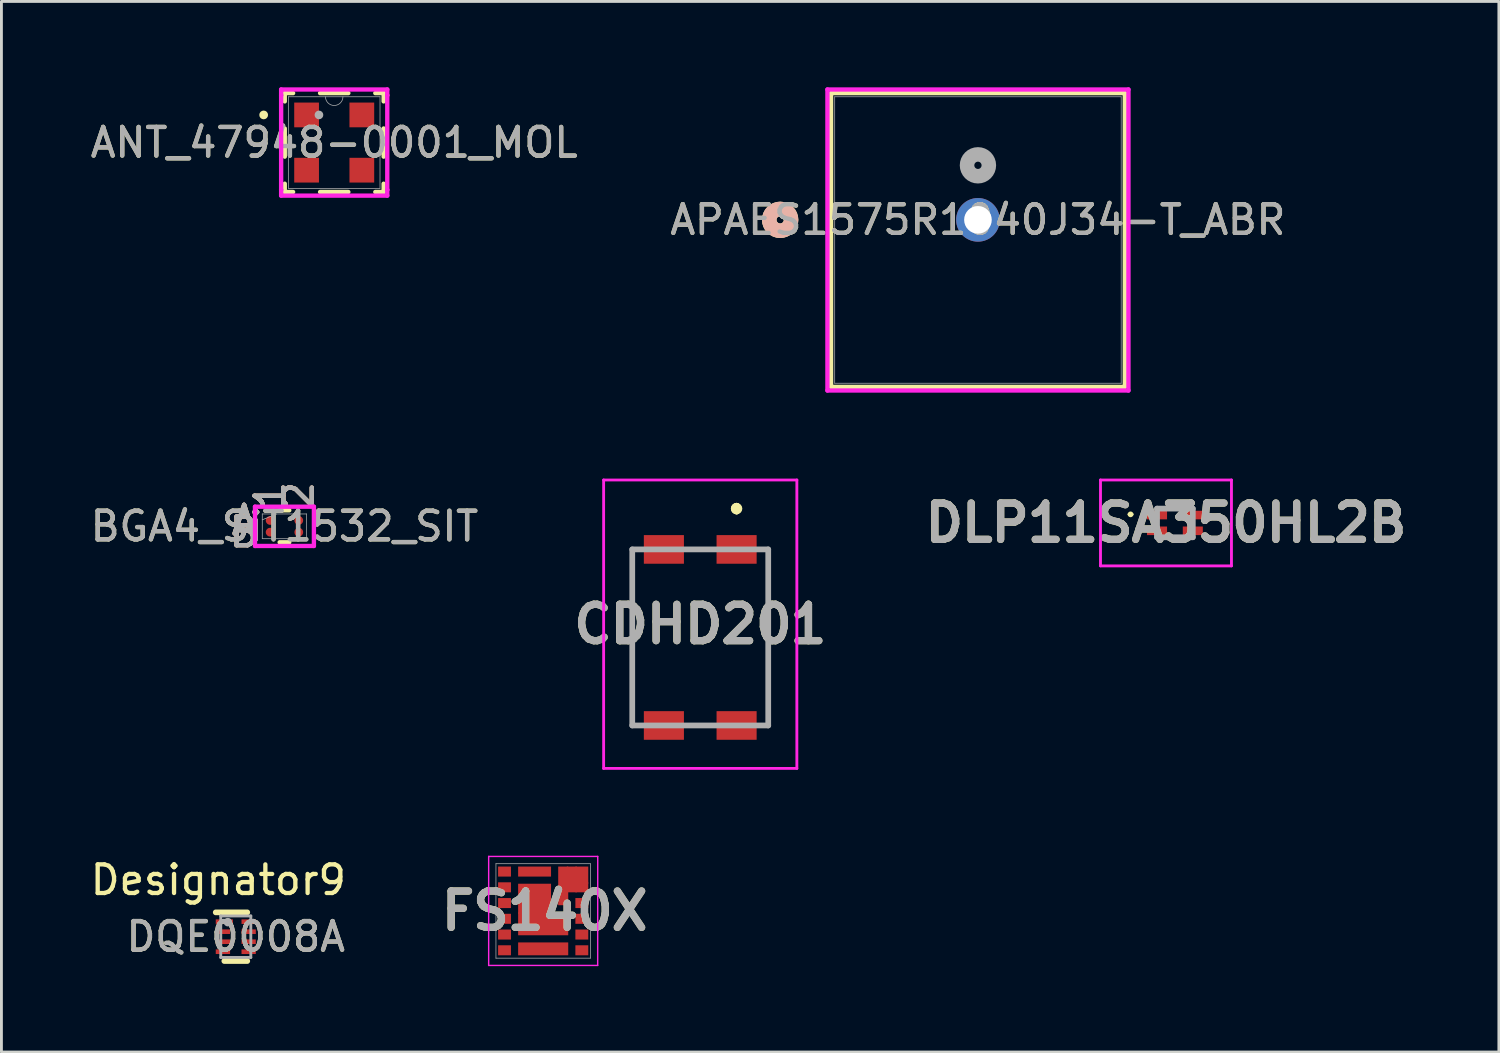
<source format=kicad_pcb>
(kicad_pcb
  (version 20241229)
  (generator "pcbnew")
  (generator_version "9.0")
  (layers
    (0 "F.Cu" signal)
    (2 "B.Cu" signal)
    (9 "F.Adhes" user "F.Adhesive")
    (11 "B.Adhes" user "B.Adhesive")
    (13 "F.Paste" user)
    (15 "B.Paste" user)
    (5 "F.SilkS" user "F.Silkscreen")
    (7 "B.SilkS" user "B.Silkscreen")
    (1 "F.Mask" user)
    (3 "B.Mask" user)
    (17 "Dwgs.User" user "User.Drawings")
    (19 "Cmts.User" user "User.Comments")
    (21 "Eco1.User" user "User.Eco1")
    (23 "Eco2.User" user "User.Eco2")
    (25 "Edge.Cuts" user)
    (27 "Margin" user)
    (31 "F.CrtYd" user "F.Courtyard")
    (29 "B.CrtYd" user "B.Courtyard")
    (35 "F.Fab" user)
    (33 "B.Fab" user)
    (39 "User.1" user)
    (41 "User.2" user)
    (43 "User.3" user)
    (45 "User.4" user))
  (footprint "APAES1575R1040J34-T_ABR"
    (layer "F.Cu")
    (at 31.113 4.63)
    (property "Reference" "APAES1575R1040J34-T_ABR" (at 0 0 0) (unlocked yes) (layer "F.SilkS") (effects (font (size 1 1) (thickness 0.15))))
    (attr through_hole)
    (fp_line (start -5.131 -4.427) (end -5.131 5.835) (stroke (width 0.152) (type solid)) (layer "F.SilkS"))
    (fp_line (start -5.131 5.835) (end 5.131 5.835) (stroke (width 0.152) (type solid)) (layer "F.SilkS"))
    (fp_line (start 5.131 -4.427) (end -5.131 -4.427) (stroke (width 0.152) (type solid)) (layer "F.SilkS"))
    (fp_line (start 5.131 5.835) (end 5.131 -4.427) (stroke (width 0.152) (type solid)) (layer "F.SilkS"))
    (fp_circle (center -6.909 0) (end -6.528 0) (stroke (width 0.508) (type solid)) (fill no) (layer "F.SilkS"))
    (fp_circle (center -6.909 0) (end -6.528 0) (stroke (width 0.508) (type solid)) (fill no) (layer "B.SilkS"))
    (fp_line (start -5.258 -4.554) (end -5.258 5.962) (stroke (width 0.152) (type solid)) (layer "F.CrtYd"))
    (fp_line (start -5.258 5.962) (end 5.258 5.962) (stroke (width 0.152) (type solid)) (layer "F.CrtYd"))
    (fp_line (start 5.258 -4.554) (end -5.258 -4.554) (stroke (width 0.152) (type solid)) (layer "F.CrtYd"))
    (fp_line (start 5.258 5.962) (end 5.258 -4.554) (stroke (width 0.152) (type solid)) (layer "F.CrtYd"))
    (fp_line (start -5.004 -4.3) (end -5.004 5.708) (stroke (width 0.025) (type solid)) (layer "F.Fab"))
    (fp_line (start -5.004 5.708) (end 5.004 5.708) (stroke (width 0.025) (type solid)) (layer "F.Fab"))
    (fp_line (start 5.004 -4.3) (end -5.004 -4.3) (stroke (width 0.025) (type solid)) (layer "F.Fab"))
    (fp_line (start 5.004 5.708) (end 5.004 -4.3) (stroke (width 0.025) (type solid)) (layer "F.Fab"))
    (fp_circle (center 0 -1.905) (end 0.381 -1.905) (stroke (width 0.508) (type solid)) (fill no) (layer "F.Fab"))
    (fp_text user "${REFERENCE}" (at 0 0 0) (unlocked yes) (layer "F.Fab") (effects (font (size 1 1) (thickness 0.15))))
    (pad "1" thru_hole circle (at 0 0) (size 1.524 1.524) (drill 0.965) (layers "*.Cu" "*.Mask")))
  (footprint "ANT_47948-0001_MOL"
    (layer "F.Cu")
    (at 8.625 1.93)
    (property "Reference" "ANT_47948-0001_MOL" (at 0 0 0) (unlocked yes) (layer "F.SilkS") (effects (font (size 1 1) (thickness 0.15))))
    (attr smd)
    (fp_line (start -1.727 -1.727) (end -1.727 -1.438) (stroke (width 0.152) (type solid)) (layer "F.SilkS"))
    (fp_line (start -1.727 -0.492) (end -1.727 0.492) (stroke (width 0.152) (type solid)) (layer "F.SilkS"))
    (fp_line (start -1.727 1.438) (end -1.727 1.727) (stroke (width 0.152) (type solid)) (layer "F.SilkS"))
    (fp_line (start -1.727 1.727) (end -1.436 1.727) (stroke (width 0.152) (type solid)) (layer "F.SilkS"))
    (fp_line (start -1.436 -1.727) (end -1.727 -1.727) (stroke (width 0.152) (type solid)) (layer "F.SilkS"))
    (fp_line (start -0.494 1.727) (end 0.494 1.727) (stroke (width 0.152) (type solid)) (layer "F.SilkS"))
    (fp_line (start 0.494 -1.727) (end -0.494 -1.727) (stroke (width 0.152) (type solid)) (layer "F.SilkS"))
    (fp_line (start 1.436 1.727) (end 1.727 1.727) (stroke (width 0.152) (type solid)) (layer "F.SilkS"))
    (fp_line (start 1.727 -1.727) (end 1.436 -1.727) (stroke (width 0.152) (type solid)) (layer "F.SilkS"))
    (fp_line (start 1.727 -1.438) (end 1.727 -1.727) (stroke (width 0.152) (type solid)) (layer "F.SilkS"))
    (fp_line (start 1.727 0.492) (end 1.727 -0.492) (stroke (width 0.152) (type solid)) (layer "F.SilkS"))
    (fp_line (start 1.727 1.727) (end 1.727 1.438) (stroke (width 0.152) (type solid)) (layer "F.SilkS"))
    (fp_circle (center -2.464 -0.965) (end -2.387 -0.965) (stroke (width 0.152) (type solid)) (fill no) (layer "F.SilkS"))
    (fp_line (start -1.854 -1.854) (end 1.854 -1.854) (stroke (width 0.152) (type solid)) (layer "F.CrtYd"))
    (fp_line (start -1.854 -1.651) (end -1.854 -1.854) (stroke (width 0.152) (type solid)) (layer "F.CrtYd"))
    (fp_line (start -1.854 -1.651) (end -1.854 -1.651) (stroke (width 0.152) (type solid)) (layer "F.CrtYd"))
    (fp_line (start -1.854 1.651) (end -1.854 -1.651) (stroke (width 0.152) (type solid)) (layer "F.CrtYd"))
    (fp_line (start -1.854 1.651) (end -1.854 1.651) (stroke (width 0.152) (type solid)) (layer "F.CrtYd"))
    (fp_line (start -1.854 1.854) (end -1.854 1.651) (stroke (width 0.152) (type solid)) (layer "F.CrtYd"))
    (fp_line (start 1.854 -1.854) (end 1.854 -1.651) (stroke (width 0.152) (type solid)) (layer "F.CrtYd"))
    (fp_line (start 1.854 -1.651) (end 1.854 -1.651) (stroke (width 0.152) (type solid)) (layer "F.CrtYd"))
    (fp_line (start 1.854 -1.651) (end 1.854 1.651) (stroke (width 0.152) (type solid)) (layer "F.CrtYd"))
    (fp_line (start 1.854 1.651) (end 1.854 1.651) (stroke (width 0.152) (type solid)) (layer "F.CrtYd"))
    (fp_line (start 1.854 1.651) (end 1.854 1.854) (stroke (width 0.152) (type solid)) (layer "F.CrtYd"))
    (fp_line (start 1.854 1.854) (end -1.854 1.854) (stroke (width 0.152) (type solid)) (layer "F.CrtYd"))
    (fp_line (start -1.6 -1.6) (end -1.6 1.6) (stroke (width 0.025) (type solid)) (layer "F.Fab"))
    (fp_line (start -1.6 1.6) (end 1.6 1.6) (stroke (width 0.025) (type solid)) (layer "F.Fab"))
    (fp_line (start 1.6 -1.6) (end -1.6 -1.6) (stroke (width 0.025) (type solid)) (layer "F.Fab"))
    (fp_line (start 1.6 1.6) (end 1.6 -1.6) (stroke (width 0.025) (type solid)) (layer "F.Fab"))
    (fp_arc (start 0.3048 -1.6002) (mid 0 -1.2954) (end -0.3048 -1.6002) (stroke (width 0.0254) (type solid)) (layer "F.Fab"))
    (fp_circle (center -0.533 -0.965) (end -0.533 -0.965) (stroke (width 0.152) (type solid)) (fill no) (layer "F.Fab"))
    (fp_text user "${REFERENCE}" (at 0 0 0) (unlocked yes) (layer "F.Fab") (effects (font (size 1 1) (thickness 0.15))))
    (pad "1" smd rect (at -0.965 -0.965) (size 0.864 0.864) (layers "F.Cu" "F.Mask" "F.Paste"))
    (pad "2" smd rect (at -0.965 0.965) (size 0.864 0.864) (layers "F.Cu" "F.Mask" "F.Paste"))
    (pad "3" smd rect (at 0.965 0.965) (size 0.864 0.864) (layers "F.Cu" "F.Mask" "F.Paste"))
    (pad "4" smd rect (at 0.965 -0.965) (size 0.864 0.864) (layers "F.Cu" "F.Mask" "F.Paste")))
  (footprint "DQE0008A"
    (layer "F.Cu")
    (at 5.187 29.672)
    (property "Reference" "DQE0008A" (at 0 0 0) (unlocked yes) (layer "F.SilkS") (effects (font (size 1 1) (thickness 0.15))))
    (attr smd)
    (fp_line (start -0.7 -0.85) (end 0.4 -0.85) (stroke (width 0.2) (type solid)) (layer "F.SilkS"))
    (fp_line (start -0.4 0.85) (end 0.4 0.85) (stroke (width 0.2) (type solid)) (layer "F.SilkS"))
    (fp_line (start -0.525 -0.725) (end 0.525 -0.725) (stroke (width 0.1) (type solid)) (layer "F.Fab"))
    (fp_line (start -0.525 0.725) (end -0.525 -0.725) (stroke (width 0.1) (type solid)) (layer "F.Fab"))
    (fp_line (start -0.525 0.725) (end 0.525 0.725) (stroke (width 0.1) (type solid)) (layer "F.Fab"))
    (fp_line (start 0.525 0.725) (end 0.525 -0.725) (stroke (width 0.1) (type solid)) (layer "F.Fab"))
    (fp_circle (center -0.277 -0.508) (end -0.177 -0.508) (stroke (width 0.1) (type solid)) (fill no) (layer "F.Fab"))
    (fp_text user "Designator9" (at -0.61 -1.981 0) (unlocked yes) (layer "F.SilkS") (effects (font (size 1 1) (thickness 0.15))))
    (fp_text user "${REFERENCE}" (at 0 0 0) (unlocked yes) (layer "F.Fab") (effects (font (size 1 1) (thickness 0.15))))
    (pad "1" smd rect (at -0.4 -0.525 90) (size 0.16 0.6) (layers "F.Cu" "F.Mask" "F.Paste"))
    (pad "2" smd rect (at -0.45 -0.175 90) (size 0.16 0.5) (layers "F.Cu" "F.Mask" "F.Paste"))
    (pad "3" smd rect (at -0.45 0.175 90) (size 0.16 0.5) (layers "F.Cu" "F.Mask" "F.Paste"))
    (pad "4" smd rect (at -0.45 0.525 90) (size 0.16 0.5) (layers "F.Cu" "F.Mask" "F.Paste"))
    (pad "5" smd rect (at 0.45 0.525 90) (size 0.16 0.5) (layers "F.Cu" "F.Mask" "F.Paste"))
    (pad "6" smd rect (at 0.45 0.175 90) (size 0.16 0.5) (layers "F.Cu" "F.Mask" "F.Paste"))
    (pad "7" smd rect (at 0.45 -0.175 90) (size 0.16 0.5) (layers "F.Cu" "F.Mask" "F.Paste"))
    (pad "8" smd rect (at 0.45 -0.525 90) (size 0.16 0.5) (layers "F.Cu" "F.Mask" "F.Paste")))
  (footprint "BGA4_SiT1532_SIT"
    (layer "F.Cu")
    (at 6.887 15.336)
    (property "Reference" "BGA4_SiT1532_SIT" (at 0 0 0) (unlocked yes) (layer "F.SilkS") (effects (font (size 1 1) (thickness 0.15))))
    (attr smd)
    (fp_line (start -0.168 0.559) (end 0.168 0.559) (stroke (width 0.152) (type solid)) (layer "F.SilkS"))
    (fp_line (start 0.168 -0.559) (end -0.168 -0.559) (stroke (width 0.152) (type solid)) (layer "F.SilkS"))
    (fp_poly (pts (xy -1.508 -0.918) (xy 1.508 -0.918) (xy 1.508 0.918) (xy -1.508 0.918)) (stroke (width 0.1) (type solid)) (fill no) (layer "Eco2.User"))
    (fp_line (start -1.029 -0.686) (end 1.029 -0.686) (stroke (width 0.152) (type solid)) (layer "F.CrtYd"))
    (fp_line (start -1.029 0.686) (end -1.029 -0.686) (stroke (width 0.152) (type solid)) (layer "F.CrtYd"))
    (fp_line (start 1.029 -0.686) (end 1.029 0.686) (stroke (width 0.152) (type solid)) (layer "F.CrtYd"))
    (fp_line (start 1.029 0.686) (end -1.029 0.686) (stroke (width 0.152) (type solid)) (layer "F.CrtYd"))
    (fp_line (start -0.775 -0.432) (end -0.775 0.432) (stroke (width 0.025) (type solid)) (layer "F.Fab"))
    (fp_line (start -0.775 0.432) (end 0.775 0.432) (stroke (width 0.025) (type solid)) (layer "F.Fab"))
    (fp_line (start -0.275 -0.432) (end -0.775 -0.227) (stroke (width 0.025) (type solid)) (layer "F.Fab"))
    (fp_line (start 0.775 -0.432) (end -0.775 -0.432) (stroke (width 0.025) (type solid)) (layer "F.Fab"))
    (fp_line (start 0.775 0.432) (end 0.775 -0.432) (stroke (width 0.025) (type solid)) (layer "F.Fab"))
    (fp_text user "B" (at -1.41 0.205 0) (unlocked yes) (layer "F.SilkS") (effects (font (size 1 1) (thickness 0.15))))
    (fp_text user "A" (at -1.41 -0.205 0) (unlocked yes) (layer "F.SilkS") (effects (font (size 1 1) (thickness 0.15))))
    (fp_text user "1" (at -0.5 -1.067 90) (unlocked yes) (layer "F.SilkS") (effects (font (size 1 1) (thickness 0.15))))
    (fp_text user "2" (at 0.5 -1.067 90) (unlocked yes) (layer "F.SilkS") (effects (font (size 1 1) (thickness 0.15))))
    (fp_text user "A" (at -1.41 -0.205 0) (unlocked yes) (layer "B.SilkS") (effects (font (size 1 1) (thickness 0.15))))
    (fp_text user "2" (at 0.5 -1.067 90) (unlocked yes) (layer "B.SilkS") (effects (font (size 1 1) (thickness 0.15))))
    (fp_text user "1" (at -0.5 -1.067 90) (unlocked yes) (layer "B.SilkS") (effects (font (size 1 1) (thickness 0.15))))
    (fp_text user "B" (at -1.41 0.205 0) (unlocked yes) (layer "B.SilkS") (effects (font (size 1 1) (thickness 0.15))))
    (fp_text user "2" (at 0.5 -1.067 90) (unlocked yes) (layer "F.Fab") (effects (font (size 1 1) (thickness 0.15))))
    (fp_text user "1" (at -0.5 -1.067 90) (unlocked yes) (layer "F.Fab") (effects (font (size 1 1) (thickness 0.15))))
    (fp_text user "${REFERENCE}" (at 0 0 0) (unlocked yes) (layer "F.Fab") (effects (font (size 1 1) (thickness 0.15))))
    (fp_text user "A" (at -1.41 -0.205 0) (unlocked yes) (layer "F.Fab") (effects (font (size 1 1) (thickness 0.15))))
    (fp_text user "B" (at -1.41 0.205 0) (unlocked yes) (layer "F.Fab") (effects (font (size 1 1) (thickness 0.15))))
    (pad "A1" smd circle (at -0.5 -0.205) (size 0.305 0.305) (layers "F.Cu" "F.Mask" "F.Paste"))
    (pad "A2" smd circle (at 0.5 -0.205) (size 0.305 0.305) (layers "F.Cu" "F.Mask" "F.Paste"))
    (pad "B1" smd circle (at -0.5 0.205) (size 0.305 0.305) (layers "F.Cu" "F.Mask" "F.Paste"))
    (pad "B2" smd circle (at 0.5 0.205) (size 0.305 0.305) (layers "F.Cu" "F.Mask" "F.Paste")))
  (footprint "FS140X"
    (layer "F.Cu")
    (at 15.925 28.772)
    (property "Reference" "FS140X" (at 0.052 0 0) (layer "F.SilkS") (effects (font (size 1.27 1.27) (thickness 0.254))))
    (attr smd)
    (fp_line (start -1.904 -1.904) (end -1.904 1.904) (stroke (width 0.05) (type solid)) (layer "F.CrtYd"))
    (fp_line (start -1.904 1.904) (end 1.904 1.904) (stroke (width 0.05) (type solid)) (layer "F.CrtYd"))
    (fp_line (start 1.904 1.904) (end 1.906 -1.904) (stroke (width 0.05) (type solid)) (layer "F.CrtYd"))
    (fp_line (start 1.906 -1.904) (end -1.904 -1.904) (stroke (width 0.05) (type solid)) (layer "F.CrtYd"))
    (fp_line (start -1.65 -1.65) (end -1.65 1.65) (stroke (width 0.025) (type solid)) (layer "F.Fab"))
    (fp_line (start -1.65 1.65) (end 1.65 1.65) (stroke (width 0.025) (type solid)) (layer "F.Fab"))
    (fp_line (start 1.65 -1.65) (end -1.65 -1.65) (stroke (width 0.025) (type solid)) (layer "F.Fab"))
    (fp_line (start 1.65 1.65) (end 1.65 -1.65) (stroke (width 0.025) (type solid)) (layer "F.Fab"))
    (fp_text user "${REFERENCE}" (at 0.052 0 0) (layer "F.Fab") (effects (font (size 1.27 1.27) (thickness 0.254))))
    (pad "1" smd rect (at -1.35 -1.375 90) (size 0.35 0.45) (layers "F.Cu" "F.Mask" "F.Paste"))
    (pad "2" smd rect (at -1.35 -0.825 90) (size 0.35 0.45) (layers "F.Cu" "F.Mask" "F.Paste"))
    (pad "3" smd rect (at -1.35 -0.275 90) (size 0.35 0.45) (layers "F.Cu" "F.Mask" "F.Paste"))
    (pad "4" smd rect (at -1.35 0.275 90) (size 0.35 0.45) (layers "F.Cu" "F.Mask" "F.Paste"))
    (pad "5" smd rect (at -1.35 0.825 90) (size 0.35 0.45) (layers "F.Cu" "F.Mask" "F.Paste"))
    (pad "6" smd rect (at -1.35 1.375 90) (size 0.35 0.45) (layers "F.Cu" "F.Mask" "F.Paste"))
    (pad "7" smd rect (at 0 1.325 90) (size 0.45 1.75) (layers "F.Cu" "F.Mask" "F.Paste"))
    (pad "8" smd rect (at 1.35 1.375 90) (size 0.35 0.45) (layers "F.Cu" "F.Mask" "F.Paste"))
    (pad "9" smd rect (at 1.35 0.825 90) (size 0.35 0.45) (layers "F.Cu" "F.Mask" "F.Paste"))
    (pad "10" smd rect (at 1.35 0.275 90) (size 0.35 0.45) (layers "F.Cu" "F.Mask" "F.Paste"))
    (pad "11" smd rect (at 1.35 -0.275 90) (size 0.35 0.45) (layers "F.Cu" "F.Mask" "F.Paste"))
    (pad "12" smd rect (at 1.35 -0.825 90) (size 0.35 0.45) (layers "F.Cu" "F.Mask" "F.Paste"))
    (pad "13" smd rect (at 1.35 -1.25) (size 0.45 0.6) (layers "F.Cu" "F.Mask" "F.Paste"))
    (pad "14" smd rect (at 1 -1.1) (size 0.35 0.9) (layers "F.Cu" "F.Mask" "F.Paste"))
    (pad "15" smd rect (at -0.3 -1.375 90) (size 0.35 1.15) (layers "F.Cu" "F.Mask" "F.Paste"))
    (pad "16" smd rect (at -0.3 -0.425 90) (size 1.05 1.15) (layers "F.Cu" "F.Mask" "F.Paste"))
    (pad "17" smd rect (at 0.7 -0.875) (size 0.35 1.35) (layers "F.Cu" "F.Mask" "F.Paste"))
    (pad "18" smd rect (at 0 0.45 90) (size 0.8 1.75) (layers "F.Cu" "F.Mask" "F.Paste")))
  (footprint "DLP11SA350HL2B"
    (layer "F.Cu")
    (at 37.994 15.218)
    (property "Reference" "DLP11SA350HL2B" (at -0.313 0 0) (layer "F.SilkS") (effects (font (size 1.27 1.27) (thickness 0.254))))
    (attr smd)
    (fp_line (start -1.6 -0.3) (end -1.6 -0.3) (stroke (width 0.1) (type solid)) (layer "F.SilkS"))
    (fp_line (start -1.5 -0.3) (end -1.5 -0.3) (stroke (width 0.1) (type solid)) (layer "F.SilkS"))
    (fp_arc (start -1.6 -0.3) (mid -1.55 -0.35) (end -1.5 -0.3) (stroke (width 0.1) (type solid)) (layer "F.SilkS"))
    (fp_arc (start -1.5 -0.3) (mid -1.55 -0.25) (end -1.6 -0.3) (stroke (width 0.1) (type solid)) (layer "F.SilkS"))
    (fp_line (start -2.6 -1.5) (end 1.975 -1.5) (stroke (width 0.1) (type solid)) (layer "F.CrtYd"))
    (fp_line (start -2.6 1.5) (end -2.6 -1.5) (stroke (width 0.1) (type solid)) (layer "F.CrtYd"))
    (fp_line (start 1.975 -1.5) (end 1.975 1.5) (stroke (width 0.1) (type solid)) (layer "F.CrtYd"))
    (fp_line (start 1.975 1.5) (end -2.6 1.5) (stroke (width 0.1) (type solid)) (layer "F.CrtYd"))
    (fp_line (start -0.625 -0.5) (end 0.625 -0.5) (stroke (width 0.2) (type solid)) (layer "F.Fab"))
    (fp_line (start -0.625 0.5) (end -0.625 -0.5) (stroke (width 0.2) (type solid)) (layer "F.Fab"))
    (fp_line (start 0.625 -0.5) (end 0.625 0.5) (stroke (width 0.2) (type solid)) (layer "F.Fab"))
    (fp_line (start 0.625 0.5) (end -0.625 0.5) (stroke (width 0.2) (type solid)) (layer "F.Fab"))
    (fp_text user "${REFERENCE}" (at -0.313 0 0) (layer "F.Fab") (effects (font (size 1.27 1.27) (thickness 0.254))))
    (pad "1" smd rect (at -0.625 -0.275 90) (size 0.3 0.7) (layers "F.Cu" "F.Mask" "F.Paste"))
    (pad "2" smd rect (at 0.625 -0.275 90) (size 0.3 0.7) (layers "F.Cu" "F.Mask" "F.Paste"))
    (pad "3" smd rect (at 0.625 0.275 90) (size 0.3 0.7) (layers "F.Cu" "F.Mask" "F.Paste"))
    (pad "4" smd rect (at -0.625 0.275 90) (size 0.3 0.7) (layers "F.Cu" "F.Mask" "F.Paste")))
  (footprint "CDHD201"
    (layer "F.Cu")
    (at 21.412 19.218)
    (property "Reference" "CDHD201" (at 0 -0.462 0) (layer "F.SilkS") (effects (font (size 1.27 1.27) (thickness 0.254))))
    (attr smd)
    (fp_line (start -2.375 -3.075) (end -2.375 -3.075) (stroke (width 0.1) (type solid)) (layer "F.SilkS"))
    (fp_line (start -2.375 -3.075) (end -2.375 3.075) (stroke (width 0.1) (type solid)) (layer "F.SilkS"))
    (fp_line (start -2.375 3.075) (end -2.375 -3.075) (stroke (width 0.1) (type solid)) (layer "F.SilkS"))
    (fp_line (start -2.375 3.075) (end -2.375 3.075) (stroke (width 0.1) (type solid)) (layer "F.SilkS"))
    (fp_line (start -0.25 -3.075) (end -0.25 -3.075) (stroke (width 0.1) (type solid)) (layer "F.SilkS"))
    (fp_line (start -0.25 -3.075) (end 0.25 -3.075) (stroke (width 0.1) (type solid)) (layer "F.SilkS"))
    (fp_line (start -0.25 3.075) (end -0.25 3.075) (stroke (width 0.1) (type solid)) (layer "F.SilkS"))
    (fp_line (start -0.25 3.075) (end 0.25 3.075) (stroke (width 0.1) (type solid)) (layer "F.SilkS"))
    (fp_line (start 0.25 -3.075) (end -0.25 -3.075) (stroke (width 0.1) (type solid)) (layer "F.SilkS"))
    (fp_line (start 0.25 -3.075) (end 0.25 -3.075) (stroke (width 0.1) (type solid)) (layer "F.SilkS"))
    (fp_line (start 0.25 3.075) (end -0.25 3.075) (stroke (width 0.1) (type solid)) (layer "F.SilkS"))
    (fp_line (start 0.25 3.075) (end 0.25 3.075) (stroke (width 0.1) (type solid)) (layer "F.SilkS"))
    (fp_line (start 1.27 -4.6) (end 1.27 -4.6) (stroke (width 0.2) (type solid)) (layer "F.SilkS"))
    (fp_line (start 1.27 -4.6) (end 1.27 -4.6) (stroke (width 0.2) (type solid)) (layer "F.SilkS"))
    (fp_line (start 1.27 -4.4) (end 1.27 -4.4) (stroke (width 0.2) (type solid)) (layer "F.SilkS"))
    (fp_line (start 2.375 -3.075) (end 2.375 -3.075) (stroke (width 0.1) (type solid)) (layer "F.SilkS"))
    (fp_line (start 2.375 -3.075) (end 2.375 3.075) (stroke (width 0.1) (type solid)) (layer "F.SilkS"))
    (fp_line (start 2.375 3.075) (end 2.375 -3.075) (stroke (width 0.1) (type solid)) (layer "F.SilkS"))
    (fp_line (start 2.375 3.075) (end 2.375 3.075) (stroke (width 0.1) (type solid)) (layer "F.SilkS"))
    (fp_arc (start 1.27 -4.6) (mid 1.37 -4.5) (end 1.27 -4.4) (stroke (width 0.2) (type solid)) (layer "F.SilkS"))
    (fp_arc (start 1.27 -4.4) (mid 1.17 -4.5) (end 1.27 -4.6) (stroke (width 0.2) (type solid)) (layer "F.SilkS"))
    (fp_arc (start 1.27 -4.4) (mid 1.17 -4.5) (end 1.27 -4.6) (stroke (width 0.2) (type solid)) (layer "F.SilkS"))
    (fp_line (start -3.375 -5.5) (end 3.375 -5.5) (stroke (width 0.1) (type solid)) (layer "F.CrtYd"))
    (fp_line (start -3.375 4.575) (end -3.375 -5.5) (stroke (width 0.1) (type solid)) (layer "F.CrtYd"))
    (fp_line (start 3.375 -5.5) (end 3.375 4.575) (stroke (width 0.1) (type solid)) (layer "F.CrtYd"))
    (fp_line (start 3.375 4.575) (end -3.375 4.575) (stroke (width 0.1) (type solid)) (layer "F.CrtYd"))
    (fp_line (start -2.375 -3.075) (end -2.375 3.075) (stroke (width 0.2) (type solid)) (layer "F.Fab"))
    (fp_line (start -2.375 3.075) (end 2.375 3.075) (stroke (width 0.2) (type solid)) (layer "F.Fab"))
    (fp_line (start 2.375 -3.075) (end -2.375 -3.075) (stroke (width 0.2) (type solid)) (layer "F.Fab"))
    (fp_line (start 2.375 3.075) (end 2.375 -3.075) (stroke (width 0.2) (type solid)) (layer "F.Fab"))
    (fp_text user "${REFERENCE}" (at 0 -0.462 0) (layer "F.Fab") (effects (font (size 1.27 1.27) (thickness 0.254))))
    (pad "1" smd rect (at 1.27 -3.075 90) (size 1 1.4) (layers "F.Cu" "F.Mask" "F.Paste"))
    (pad "2" smd rect (at 1.27 3.075 90) (size 1 1.4) (layers "F.Cu" "F.Mask" "F.Paste"))
    (pad "3" smd rect (at -1.27 3.075 90) (size 1 1.4) (layers "F.Cu" "F.Mask" "F.Paste"))
    (pad "4" smd rect (at -1.27 -3.075 90) (size 1 1.4) (layers "F.Cu" "F.Mask" "F.Paste")))
  (gr_rect
    (start -3 -3)
    (end 49.311 33.701)
    (stroke (width 0.1) (type default))
    (fill no)
    (layer "Edge.Cuts")))
</source>
